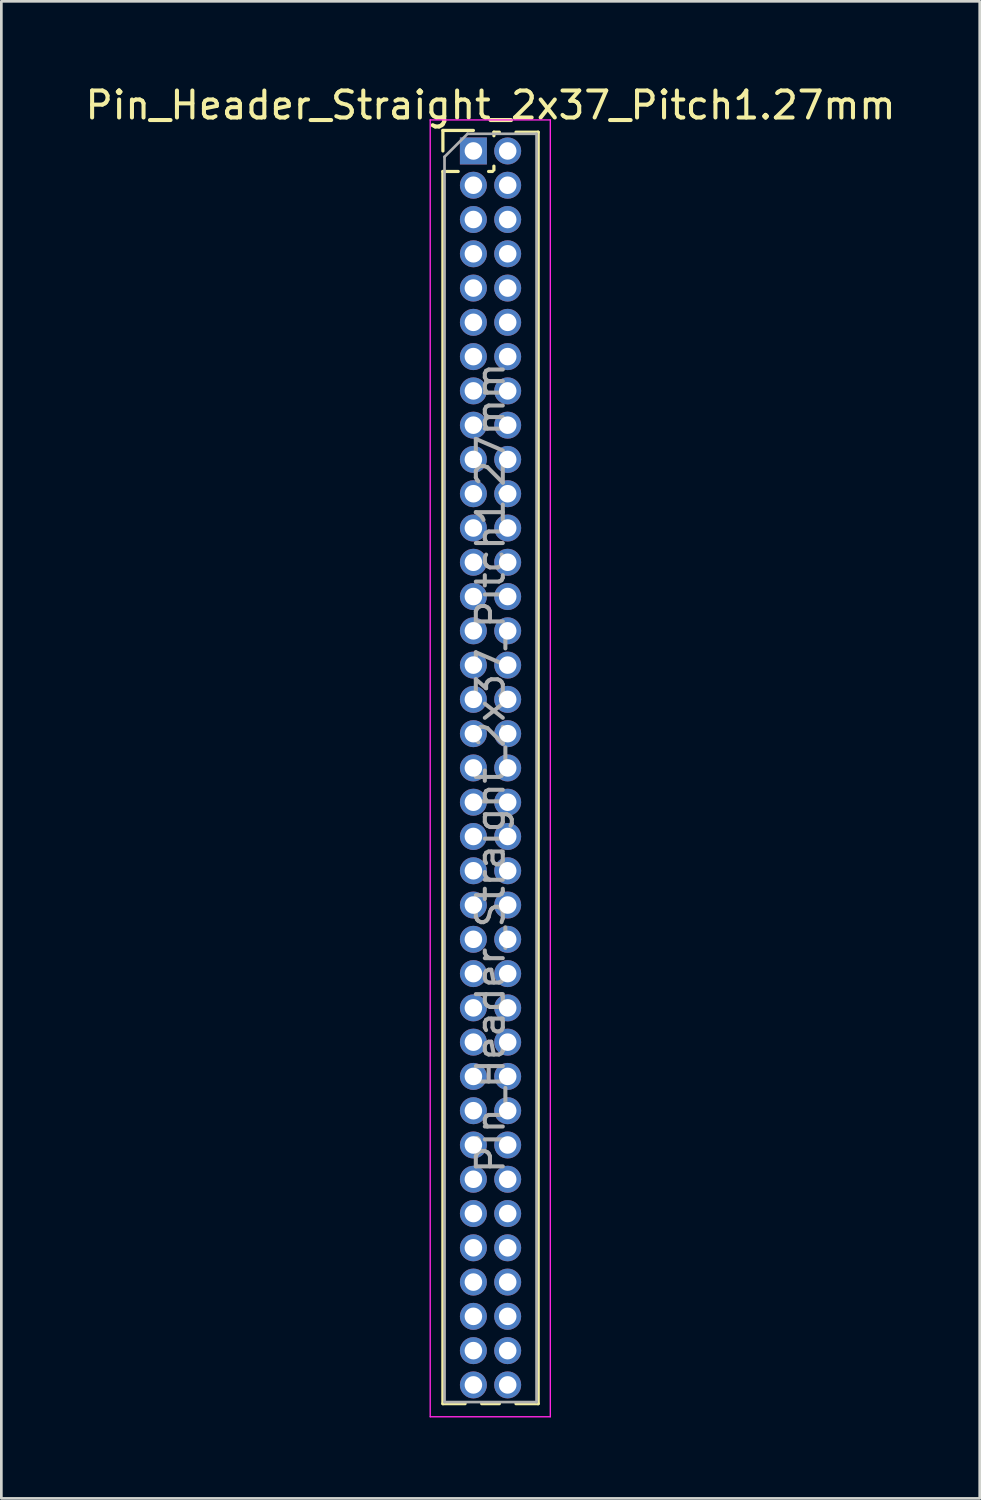
<source format=kicad_pcb>
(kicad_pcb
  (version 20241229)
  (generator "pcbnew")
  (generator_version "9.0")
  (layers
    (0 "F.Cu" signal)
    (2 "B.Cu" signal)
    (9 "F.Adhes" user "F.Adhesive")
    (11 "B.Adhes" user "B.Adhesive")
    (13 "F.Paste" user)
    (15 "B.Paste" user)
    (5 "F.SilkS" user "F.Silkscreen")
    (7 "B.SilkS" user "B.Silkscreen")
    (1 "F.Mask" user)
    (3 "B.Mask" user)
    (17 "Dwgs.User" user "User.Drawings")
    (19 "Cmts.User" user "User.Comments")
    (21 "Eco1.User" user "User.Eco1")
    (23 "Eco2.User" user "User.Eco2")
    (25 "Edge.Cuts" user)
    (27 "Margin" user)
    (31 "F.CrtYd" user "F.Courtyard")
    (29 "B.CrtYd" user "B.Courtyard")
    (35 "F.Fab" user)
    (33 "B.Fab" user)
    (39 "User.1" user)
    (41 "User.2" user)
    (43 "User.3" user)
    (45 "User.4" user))
  (footprint "Pin_Header_Straight_2x37_Pitch1.27mm"
    (layer "F.Cu")
    (at 14.49 2.543)
    (property "Reference" "Pin_Header_Straight_2x37_Pitch1.27mm" (at 0.635 -1.695 0) (layer "F.SilkS") (effects (font (size 1 1) (thickness 0.15))))
    (attr through_hole)
    (fp_line (start -1.13 -0.76) (end 0 -0.76) (stroke (width 0.12) (type solid)) (layer "F.SilkS"))
    (fp_line (start -1.13 0) (end -1.13 -0.76) (stroke (width 0.12) (type solid)) (layer "F.SilkS"))
    (fp_line (start -1.13 0.76) (end -1.13 46.415) (stroke (width 0.12) (type solid)) (layer "F.SilkS"))
    (fp_line (start -1.13 0.76) (end -0.563 0.76) (stroke (width 0.12) (type solid)) (layer "F.SilkS"))
    (fp_line (start -1.13 46.415) (end -0.308 46.415) (stroke (width 0.12) (type solid)) (layer "F.SilkS"))
    (fp_line (start 0.308 46.415) (end 0.962 46.415) (stroke (width 0.12) (type solid)) (layer "F.SilkS"))
    (fp_line (start 0.563 0.76) (end 0.707 0.76) (stroke (width 0.12) (type solid)) (layer "F.SilkS"))
    (fp_line (start 0.76 -0.695) (end 0.962 -0.695) (stroke (width 0.12) (type solid)) (layer "F.SilkS"))
    (fp_line (start 0.76 -0.563) (end 0.76 -0.695) (stroke (width 0.12) (type solid)) (layer "F.SilkS"))
    (fp_line (start 0.76 0.707) (end 0.76 0.563) (stroke (width 0.12) (type solid)) (layer "F.SilkS"))
    (fp_line (start 1.578 -0.695) (end 2.4 -0.695) (stroke (width 0.12) (type solid)) (layer "F.SilkS"))
    (fp_line (start 1.578 46.415) (end 2.4 46.415) (stroke (width 0.12) (type solid)) (layer "F.SilkS"))
    (fp_line (start 2.4 -0.695) (end 2.4 46.415) (stroke (width 0.12) (type solid)) (layer "F.SilkS"))
    (fp_line (start -1.6 -1.15) (end -1.6 46.9) (stroke (width 0.05) (type solid)) (layer "F.CrtYd"))
    (fp_line (start -1.6 46.9) (end 2.85 46.9) (stroke (width 0.05) (type solid)) (layer "F.CrtYd"))
    (fp_line (start 2.85 -1.15) (end -1.6 -1.15) (stroke (width 0.05) (type solid)) (layer "F.CrtYd"))
    (fp_line (start 2.85 46.9) (end 2.85 -1.15) (stroke (width 0.05) (type solid)) (layer "F.CrtYd"))
    (fp_line (start -1.07 0.217) (end -0.217 -0.635) (stroke (width 0.1) (type solid)) (layer "F.Fab"))
    (fp_line (start -1.07 46.355) (end -1.07 0.217) (stroke (width 0.1) (type solid)) (layer "F.Fab"))
    (fp_line (start -0.217 -0.635) (end 2.34 -0.635) (stroke (width 0.1) (type solid)) (layer "F.Fab"))
    (fp_line (start 2.34 -0.635) (end 2.34 46.355) (stroke (width 0.1) (type solid)) (layer "F.Fab"))
    (fp_line (start 2.34 46.355) (end -1.07 46.355) (stroke (width 0.1) (type solid)) (layer "F.Fab"))
    (fp_text user "${REFERENCE}" (at 0.635 22.86 90) (layer "F.Fab") (effects (font (size 1 1) (thickness 0.15))))
    (pad "1" thru_hole rect (at 0 0) (size 1 1) (drill 0.65) (layers "*.Cu" "*.Mask"))
    (pad "2" thru_hole oval (at 1.27 0) (size 1 1) (drill 0.65) (layers "*.Cu" "*.Mask"))
    (pad "3" thru_hole oval (at 0 1.27) (size 1 1) (drill 0.65) (layers "*.Cu" "*.Mask"))
    (pad "4" thru_hole oval (at 1.27 1.27) (size 1 1) (drill 0.65) (layers "*.Cu" "*.Mask"))
    (pad "5" thru_hole oval (at 0 2.54) (size 1 1) (drill 0.65) (layers "*.Cu" "*.Mask"))
    (pad "6" thru_hole oval (at 1.27 2.54) (size 1 1) (drill 0.65) (layers "*.Cu" "*.Mask"))
    (pad "7" thru_hole oval (at 0 3.81) (size 1 1) (drill 0.65) (layers "*.Cu" "*.Mask"))
    (pad "8" thru_hole oval (at 1.27 3.81) (size 1 1) (drill 0.65) (layers "*.Cu" "*.Mask"))
    (pad "9" thru_hole oval (at 0 5.08) (size 1 1) (drill 0.65) (layers "*.Cu" "*.Mask"))
    (pad "10" thru_hole oval (at 1.27 5.08) (size 1 1) (drill 0.65) (layers "*.Cu" "*.Mask"))
    (pad "11" thru_hole oval (at 0 6.35) (size 1 1) (drill 0.65) (layers "*.Cu" "*.Mask"))
    (pad "12" thru_hole oval (at 1.27 6.35) (size 1 1) (drill 0.65) (layers "*.Cu" "*.Mask"))
    (pad "13" thru_hole oval (at 0 7.62) (size 1 1) (drill 0.65) (layers "*.Cu" "*.Mask"))
    (pad "14" thru_hole oval (at 1.27 7.62) (size 1 1) (drill 0.65) (layers "*.Cu" "*.Mask"))
    (pad "15" thru_hole oval (at 0 8.89) (size 1 1) (drill 0.65) (layers "*.Cu" "*.Mask"))
    (pad "16" thru_hole oval (at 1.27 8.89) (size 1 1) (drill 0.65) (layers "*.Cu" "*.Mask"))
    (pad "17" thru_hole oval (at 0 10.16) (size 1 1) (drill 0.65) (layers "*.Cu" "*.Mask"))
    (pad "18" thru_hole oval (at 1.27 10.16) (size 1 1) (drill 0.65) (layers "*.Cu" "*.Mask"))
    (pad "19" thru_hole oval (at 0 11.43) (size 1 1) (drill 0.65) (layers "*.Cu" "*.Mask"))
    (pad "20" thru_hole oval (at 1.27 11.43) (size 1 1) (drill 0.65) (layers "*.Cu" "*.Mask"))
    (pad "21" thru_hole oval (at 0 12.7) (size 1 1) (drill 0.65) (layers "*.Cu" "*.Mask"))
    (pad "22" thru_hole oval (at 1.27 12.7) (size 1 1) (drill 0.65) (layers "*.Cu" "*.Mask"))
    (pad "23" thru_hole oval (at 0 13.97) (size 1 1) (drill 0.65) (layers "*.Cu" "*.Mask"))
    (pad "24" thru_hole oval (at 1.27 13.97) (size 1 1) (drill 0.65) (layers "*.Cu" "*.Mask"))
    (pad "25" thru_hole oval (at 0 15.24) (size 1 1) (drill 0.65) (layers "*.Cu" "*.Mask"))
    (pad "26" thru_hole oval (at 1.27 15.24) (size 1 1) (drill 0.65) (layers "*.Cu" "*.Mask"))
    (pad "27" thru_hole oval (at 0 16.51) (size 1 1) (drill 0.65) (layers "*.Cu" "*.Mask"))
    (pad "28" thru_hole oval (at 1.27 16.51) (size 1 1) (drill 0.65) (layers "*.Cu" "*.Mask"))
    (pad "29" thru_hole oval (at 0 17.78) (size 1 1) (drill 0.65) (layers "*.Cu" "*.Mask"))
    (pad "30" thru_hole oval (at 1.27 17.78) (size 1 1) (drill 0.65) (layers "*.Cu" "*.Mask"))
    (pad "31" thru_hole oval (at 0 19.05) (size 1 1) (drill 0.65) (layers "*.Cu" "*.Mask"))
    (pad "32" thru_hole oval (at 1.27 19.05) (size 1 1) (drill 0.65) (layers "*.Cu" "*.Mask"))
    (pad "33" thru_hole oval (at 0 20.32) (size 1 1) (drill 0.65) (layers "*.Cu" "*.Mask"))
    (pad "34" thru_hole oval (at 1.27 20.32) (size 1 1) (drill 0.65) (layers "*.Cu" "*.Mask"))
    (pad "35" thru_hole oval (at 0 21.59) (size 1 1) (drill 0.65) (layers "*.Cu" "*.Mask"))
    (pad "36" thru_hole oval (at 1.27 21.59) (size 1 1) (drill 0.65) (layers "*.Cu" "*.Mask"))
    (pad "37" thru_hole oval (at 0 22.86) (size 1 1) (drill 0.65) (layers "*.Cu" "*.Mask"))
    (pad "38" thru_hole oval (at 1.27 22.86) (size 1 1) (drill 0.65) (layers "*.Cu" "*.Mask"))
    (pad "39" thru_hole oval (at 0 24.13) (size 1 1) (drill 0.65) (layers "*.Cu" "*.Mask"))
    (pad "40" thru_hole oval (at 1.27 24.13) (size 1 1) (drill 0.65) (layers "*.Cu" "*.Mask"))
    (pad "41" thru_hole oval (at 0 25.4) (size 1 1) (drill 0.65) (layers "*.Cu" "*.Mask"))
    (pad "42" thru_hole oval (at 1.27 25.4) (size 1 1) (drill 0.65) (layers "*.Cu" "*.Mask"))
    (pad "43" thru_hole oval (at 0 26.67) (size 1 1) (drill 0.65) (layers "*.Cu" "*.Mask"))
    (pad "44" thru_hole oval (at 1.27 26.67) (size 1 1) (drill 0.65) (layers "*.Cu" "*.Mask"))
    (pad "45" thru_hole oval (at 0 27.94) (size 1 1) (drill 0.65) (layers "*.Cu" "*.Mask"))
    (pad "46" thru_hole oval (at 1.27 27.94) (size 1 1) (drill 0.65) (layers "*.Cu" "*.Mask"))
    (pad "47" thru_hole oval (at 0 29.21) (size 1 1) (drill 0.65) (layers "*.Cu" "*.Mask"))
    (pad "48" thru_hole oval (at 1.27 29.21) (size 1 1) (drill 0.65) (layers "*.Cu" "*.Mask"))
    (pad "49" thru_hole oval (at 0 30.48) (size 1 1) (drill 0.65) (layers "*.Cu" "*.Mask"))
    (pad "50" thru_hole oval (at 1.27 30.48) (size 1 1) (drill 0.65) (layers "*.Cu" "*.Mask"))
    (pad "51" thru_hole oval (at 0 31.75) (size 1 1) (drill 0.65) (layers "*.Cu" "*.Mask"))
    (pad "52" thru_hole oval (at 1.27 31.75) (size 1 1) (drill 0.65) (layers "*.Cu" "*.Mask"))
    (pad "53" thru_hole oval (at 0 33.02) (size 1 1) (drill 0.65) (layers "*.Cu" "*.Mask"))
    (pad "54" thru_hole oval (at 1.27 33.02) (size 1 1) (drill 0.65) (layers "*.Cu" "*.Mask"))
    (pad "55" thru_hole oval (at 0 34.29) (size 1 1) (drill 0.65) (layers "*.Cu" "*.Mask"))
    (pad "56" thru_hole oval (at 1.27 34.29) (size 1 1) (drill 0.65) (layers "*.Cu" "*.Mask"))
    (pad "57" thru_hole oval (at 0 35.56) (size 1 1) (drill 0.65) (layers "*.Cu" "*.Mask"))
    (pad "58" thru_hole oval (at 1.27 35.56) (size 1 1) (drill 0.65) (layers "*.Cu" "*.Mask"))
    (pad "59" thru_hole oval (at 0 36.83) (size 1 1) (drill 0.65) (layers "*.Cu" "*.Mask"))
    (pad "60" thru_hole oval (at 1.27 36.83) (size 1 1) (drill 0.65) (layers "*.Cu" "*.Mask"))
    (pad "61" thru_hole oval (at 0 38.1) (size 1 1) (drill 0.65) (layers "*.Cu" "*.Mask"))
    (pad "62" thru_hole oval (at 1.27 38.1) (size 1 1) (drill 0.65) (layers "*.Cu" "*.Mask"))
    (pad "63" thru_hole oval (at 0 39.37) (size 1 1) (drill 0.65) (layers "*.Cu" "*.Mask"))
    (pad "64" thru_hole oval (at 1.27 39.37) (size 1 1) (drill 0.65) (layers "*.Cu" "*.Mask"))
    (pad "65" thru_hole oval (at 0 40.64) (size 1 1) (drill 0.65) (layers "*.Cu" "*.Mask"))
    (pad "66" thru_hole oval (at 1.27 40.64) (size 1 1) (drill 0.65) (layers "*.Cu" "*.Mask"))
    (pad "67" thru_hole oval (at 0 41.91) (size 1 1) (drill 0.65) (layers "*.Cu" "*.Mask"))
    (pad "68" thru_hole oval (at 1.27 41.91) (size 1 1) (drill 0.65) (layers "*.Cu" "*.Mask"))
    (pad "69" thru_hole oval (at 0 43.18) (size 1 1) (drill 0.65) (layers "*.Cu" "*.Mask"))
    (pad "70" thru_hole oval (at 1.27 43.18) (size 1 1) (drill 0.65) (layers "*.Cu" "*.Mask"))
    (pad "71" thru_hole oval (at 0 44.45) (size 1 1) (drill 0.65) (layers "*.Cu" "*.Mask"))
    (pad "72" thru_hole oval (at 1.27 44.45) (size 1 1) (drill 0.65) (layers "*.Cu" "*.Mask"))
    (pad "73" thru_hole oval (at 0 45.72) (size 1 1) (drill 0.65) (layers "*.Cu" "*.Mask"))
    (pad "74" thru_hole oval (at 1.27 45.72) (size 1 1) (drill 0.65) (layers "*.Cu" "*.Mask")))
  (gr_rect
    (start -3 -3)
    (end 33.25 52.468)
    (stroke (width 0.1) (type default))
    (fill no)
    (layer "Edge.Cuts")))
</source>
